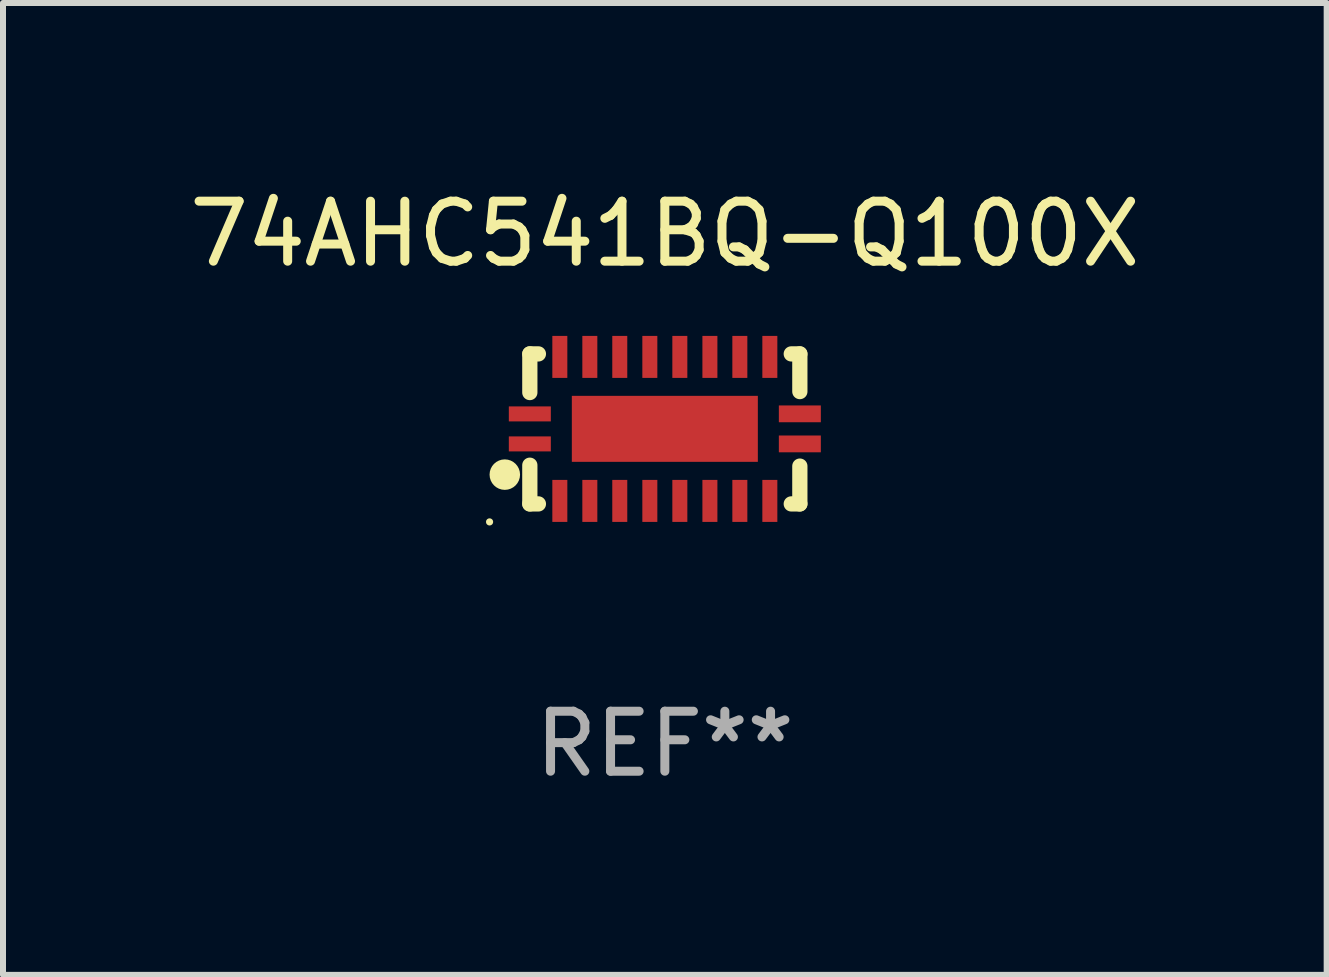
<source format=kicad_pcb>
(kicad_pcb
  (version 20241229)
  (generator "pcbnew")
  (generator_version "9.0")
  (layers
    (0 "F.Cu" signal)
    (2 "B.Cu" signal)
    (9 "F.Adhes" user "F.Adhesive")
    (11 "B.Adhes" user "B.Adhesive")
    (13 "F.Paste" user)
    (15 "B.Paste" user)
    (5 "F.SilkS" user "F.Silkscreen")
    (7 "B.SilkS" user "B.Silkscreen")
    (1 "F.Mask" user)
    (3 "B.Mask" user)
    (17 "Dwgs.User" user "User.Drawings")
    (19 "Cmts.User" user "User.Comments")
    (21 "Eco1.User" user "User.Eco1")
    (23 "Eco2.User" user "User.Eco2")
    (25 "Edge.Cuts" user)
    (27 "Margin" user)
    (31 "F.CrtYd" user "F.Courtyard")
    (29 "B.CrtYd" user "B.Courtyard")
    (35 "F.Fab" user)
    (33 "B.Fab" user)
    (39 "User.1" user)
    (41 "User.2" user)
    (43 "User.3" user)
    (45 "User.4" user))
  (footprint "74AHC541BQ-Q100X"
    (layer "F.Cu")
    (at 8.03 4.098)
    (property "Reference" "74AHC541BQ-Q100X" (at 0 -3.25 0) (layer "F.SilkS") (effects (font (size 1 1) (thickness 0.15))))
    (attr through_hole)
    (fp_line (start -2.25 0.605) (end -2.25 1.25) (stroke (width 0.254) (type solid)) (layer "F.SilkS"))
    (fp_line (start -2.25 1.25) (end -2.107 1.25) (stroke (width 0.254) (type solid)) (layer "F.SilkS"))
    (fp_line (start -2.25 -1.25) (end -2.25 -0.606) (stroke (width 0.254) (type solid)) (layer "F.SilkS"))
    (fp_line (start -2.25 -1.25) (end -2.107 -1.25) (stroke (width 0.254) (type solid)) (layer "F.SilkS"))
    (fp_line (start 2.107 -1.25) (end 2.25 -1.25) (stroke (width 0.254) (type solid)) (layer "F.SilkS"))
    (fp_line (start 2.107 1.25) (end 2.25 1.25) (stroke (width 0.254) (type solid)) (layer "F.SilkS"))
    (fp_line (start 2.25 -1.25) (end 2.25 -0.622) (stroke (width 0.254) (type solid)) (layer "F.SilkS"))
    (fp_line (start 2.25 0.62) (end 2.25 1.25) (stroke (width 0.254) (type solid)) (layer "F.SilkS"))
    (fp_circle (center -2.921 1.55) (end -2.891 1.55) (stroke (width 0.06) (type solid)) (fill no) (layer "F.SilkS"))
    (fp_circle (center -2.667 0.762) (end -2.54 0.762) (stroke (width 0.254) (type solid)) (fill no) (layer "F.SilkS"))
    (fp_text user "REF**" (at 0 5.25 0) (layer "F.Fab") (effects (font (size 1 1) (thickness 0.15))))
    (pad "1" smd rect (at -2.25 0.25 180) (size 0.7 0.25) (layers "F.Cu" "F.Mask" "F.Paste"))
    (pad "2" smd rect (at -1.75 1.2 90) (size 0.7 0.25) (layers "F.Cu" "F.Mask" "F.Paste"))
    (pad "3" smd rect (at -1.25 1.2 90) (size 0.7 0.25) (layers "F.Cu" "F.Mask" "F.Paste"))
    (pad "4" smd rect (at -0.751 1.2 90) (size 0.7 0.25) (layers "F.Cu" "F.Mask" "F.Paste"))
    (pad "5" smd rect (at -0.25 1.2 90) (size 0.7 0.25) (layers "F.Cu" "F.Mask" "F.Paste"))
    (pad "6" smd rect (at 0.25 1.2 90) (size 0.7 0.25) (layers "F.Cu" "F.Mask" "F.Paste"))
    (pad "7" smd rect (at 0.751 1.2 90) (size 0.7 0.25) (layers "F.Cu" "F.Mask" "F.Paste"))
    (pad "8" smd rect (at 1.25 1.2 90) (size 0.7 0.25) (layers "F.Cu" "F.Mask" "F.Paste"))
    (pad "9" smd rect (at 1.75 1.2 90) (size 0.7 0.25) (layers "F.Cu" "F.Mask" "F.Paste"))
    (pad "10" smd rect (at 2.25 0.25 180) (size 0.7 0.28) (layers "F.Cu" "F.Mask" "F.Paste"))
    (pad "11" smd rect (at 2.25 -0.251 180) (size 0.7 0.28) (layers "F.Cu" "F.Mask" "F.Paste"))
    (pad "12" smd rect (at 1.75 -1.2 90) (size 0.7 0.25) (layers "F.Cu" "F.Mask" "F.Paste"))
    (pad "13" smd rect (at 1.25 -1.2 90) (size 0.7 0.25) (layers "F.Cu" "F.Mask" "F.Paste"))
    (pad "14" smd rect (at 0.751 -1.2 90) (size 0.7 0.25) (layers "F.Cu" "F.Mask" "F.Paste"))
    (pad "15" smd rect (at 0.25 -1.2 90) (size 0.7 0.25) (layers "F.Cu" "F.Mask" "F.Paste"))
    (pad "16" smd rect (at -0.25 -1.2 90) (size 0.7 0.25) (layers "F.Cu" "F.Mask" "F.Paste"))
    (pad "17" smd rect (at -0.751 -1.2 90) (size 0.7 0.25) (layers "F.Cu" "F.Mask" "F.Paste"))
    (pad "18" smd rect (at -1.25 -1.2 90) (size 0.7 0.25) (layers "F.Cu" "F.Mask" "F.Paste"))
    (pad "19" smd rect (at -1.75 -1.2 90) (size 0.7 0.25) (layers "F.Cu" "F.Mask" "F.Paste"))
    (pad "20" smd rect (at -2.25 -0.25 180) (size 0.7 0.25) (layers "F.Cu" "F.Mask" "F.Paste"))
    (pad "21" smd rect (at 0 -0.001 180) (size 3.1 1.1) (layers "F.Cu" "F.Mask" "F.Paste")))
  (gr_rect
    (start -3 -3)
    (end 19.06 13.197)
    (stroke (width 0.1) (type default))
    (fill no)
    (layer "Edge.Cuts")))
</source>
